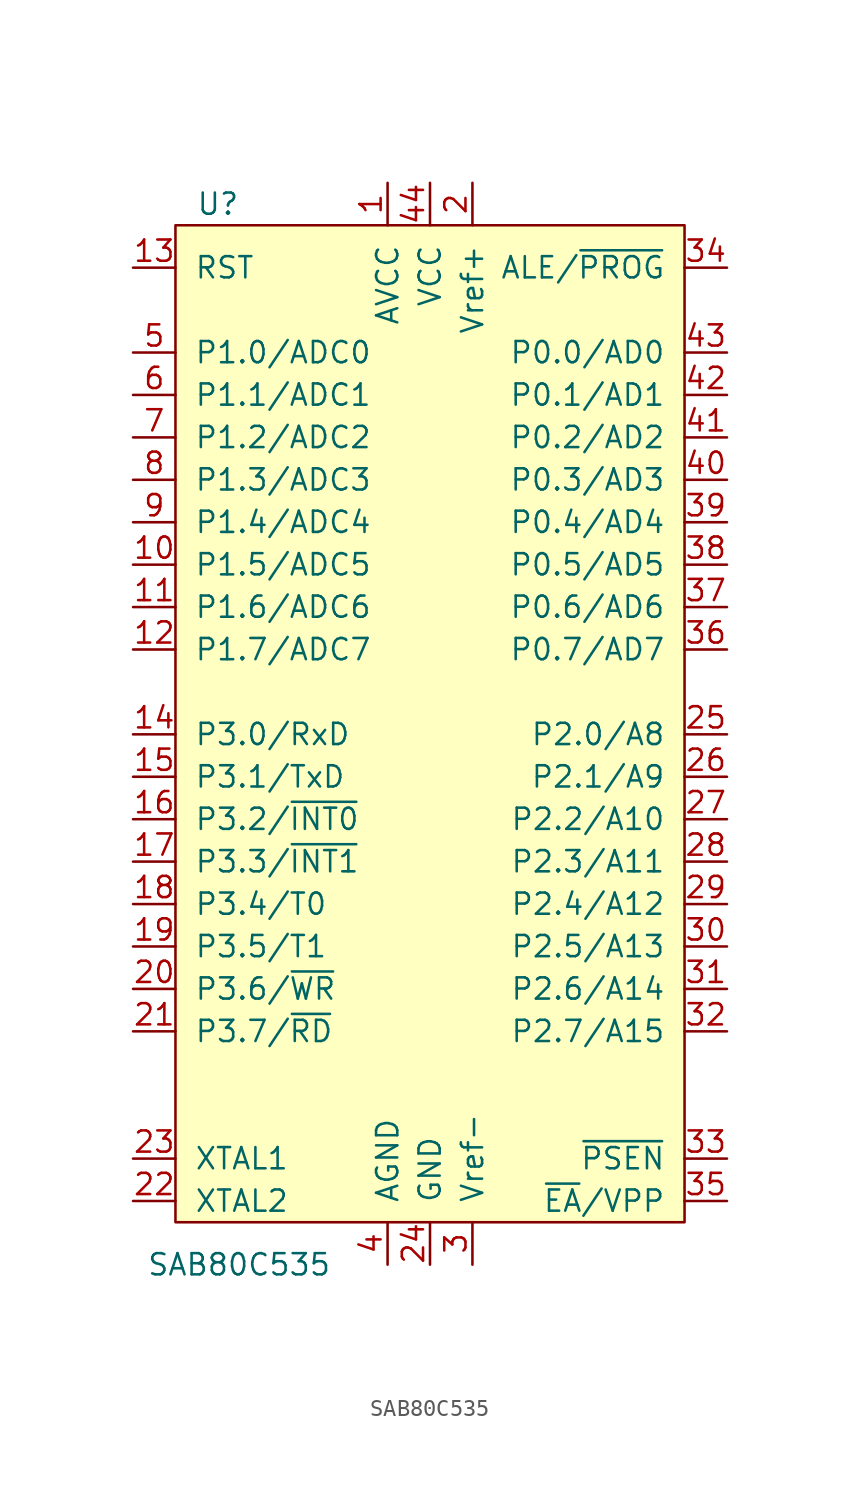
<source format=kicad_sym>
(kicad_symbol_lib
  (version 20211014)
  (generator kicad_symbol_editor)
  (symbol "SAB80C535"
    (pin_names
      (offset 1.118))
    (property "Reference" "U"
      (at -12.7 29.21 0)
      (effects (font (size 1.27 1.27))))
    (property "Value" "SAB80C535"
      (at -11.43 -34.29 0)
      (effects (font (size 1.27 1.27))))
    (symbol "SAB80C535_0_1"
      (rectangle (start -15.24 27.94) (end 15.24 -31.75) (stroke (width 0) (type default) (color 0 0 0 0)) (fill (type background))))
    (symbol "SAB80C535_1_1"
      (pin power_in line (at -2.54 30.48 270) (length 2.54) (name "AVCC" (effects (font (size 1.27 1.27)))) (number "1" (effects (font (size 1.27 1.27)))))
      (pin input line (at -17.78 7.62 0) (length 2.54) (name "P1.5/ADC5" (effects (font (size 1.27 1.27)))) (number "10" (effects (font (size 1.27 1.27)))))
      (pin input line (at -17.78 5.08 0) (length 2.54) (name "P1.6/ADC6" (effects (font (size 1.27 1.27)))) (number "11" (effects (font (size 1.27 1.27)))))
      (pin input line (at -17.78 2.54 0) (length 2.54) (name "P1.7/ADC7" (effects (font (size 1.27 1.27)))) (number "12" (effects (font (size 1.27 1.27)))))
      (pin input line (at -17.78 25.4 0) (length 2.54) (name "RST" (effects (font (size 1.27 1.27)))) (number "13" (effects (font (size 1.27 1.27)))))
      (pin bidirectional line (at -17.78 -2.54 0) (length 2.54) (name "P3.0/RxD" (effects (font (size 1.27 1.27)))) (number "14" (effects (font (size 1.27 1.27)))))
      (pin bidirectional line (at -17.78 -5.08 0) (length 2.54) (name "P3.1/TxD" (effects (font (size 1.27 1.27)))) (number "15" (effects (font (size 1.27 1.27)))))
      (pin bidirectional line (at -17.78 -7.62 0) (length 2.54) (name "P3.2/~{INT0}" (effects (font (size 1.27 1.27)))) (number "16" (effects (font (size 1.27 1.27)))))
      (pin bidirectional line (at -17.78 -10.16 0) (length 2.54) (name "P3.3/~{INT1}" (effects (font (size 1.27 1.27)))) (number "17" (effects (font (size 1.27 1.27)))))
      (pin bidirectional line (at -17.78 -12.7 0) (length 2.54) (name "P3.4/T0" (effects (font (size 1.27 1.27)))) (number "18" (effects (font (size 1.27 1.27)))))
      (pin bidirectional line (at -17.78 -15.24 0) (length 2.54) (name "P3.5/T1" (effects (font (size 1.27 1.27)))) (number "19" (effects (font (size 1.27 1.27)))))
      (pin power_in line (at 2.54 30.48 270) (length 2.54) (name "Vref+" (effects (font (size 1.27 1.27)))) (number "2" (effects (font (size 1.27 1.27)))))
      (pin bidirectional line (at -17.78 -17.78 0) (length 2.54) (name "P3.6/~{WR}" (effects (font (size 1.27 1.27)))) (number "20" (effects (font (size 1.27 1.27)))))
      (pin bidirectional line (at -17.78 -20.32 0) (length 2.54) (name "P3.7/~{RD}" (effects (font (size 1.27 1.27)))) (number "21" (effects (font (size 1.27 1.27)))))
      (pin input line (at -17.78 -30.48 0) (length 2.54) (name "XTAL2" (effects (font (size 1.27 1.27)))) (number "22" (effects (font (size 1.27 1.27)))))
      (pin input line (at -17.78 -27.94 0) (length 2.54) (name "XTAL1" (effects (font (size 1.27 1.27)))) (number "23" (effects (font (size 1.27 1.27)))))
      (pin power_in line (at 0 -34.29 90) (length 2.54) (name "GND" (effects (font (size 1.27 1.27)))) (number "24" (effects (font (size 1.27 1.27)))))
      (pin bidirectional line (at 17.78 -2.54 180) (length 2.54) (name "P2.0/A8" (effects (font (size 1.27 1.27)))) (number "25" (effects (font (size 1.27 1.27)))))
      (pin bidirectional line (at 17.78 -5.08 180) (length 2.54) (name "P2.1/A9" (effects (font (size 1.27 1.27)))) (number "26" (effects (font (size 1.27 1.27)))))
      (pin bidirectional line (at 17.78 -7.62 180) (length 2.54) (name "P2.2/A10" (effects (font (size 1.27 1.27)))) (number "27" (effects (font (size 1.27 1.27)))))
      (pin bidirectional line (at 17.78 -10.16 180) (length 2.54) (name "P2.3/A11" (effects (font (size 1.27 1.27)))) (number "28" (effects (font (size 1.27 1.27)))))
      (pin bidirectional line (at 17.78 -12.7 180) (length 2.54) (name "P2.4/A12" (effects (font (size 1.27 1.27)))) (number "29" (effects (font (size 1.27 1.27)))))
      (pin power_in line (at 2.54 -34.29 90) (length 2.54) (name "Vref-" (effects (font (size 1.27 1.27)))) (number "3" (effects (font (size 1.27 1.27)))))
      (pin bidirectional line (at 17.78 -15.24 180) (length 2.54) (name "P2.5/A13" (effects (font (size 1.27 1.27)))) (number "30" (effects (font (size 1.27 1.27)))))
      (pin bidirectional line (at 17.78 -17.78 180) (length 2.54) (name "P2.6/A14" (effects (font (size 1.27 1.27)))) (number "31" (effects (font (size 1.27 1.27)))))
      (pin bidirectional line (at 17.78 -20.32 180) (length 2.54) (name "P2.7/A15" (effects (font (size 1.27 1.27)))) (number "32" (effects (font (size 1.27 1.27)))))
      (pin output line (at 17.78 -27.94 180) (length 2.54) (name "~{PSEN}" (effects (font (size 1.27 1.27)))) (number "33" (effects (font (size 1.27 1.27)))))
      (pin bidirectional line (at 17.78 25.4 180) (length 2.54) (name "ALE/~{PROG}" (effects (font (size 1.27 1.27)))) (number "34" (effects (font (size 1.27 1.27)))))
      (pin input line (at 17.78 -30.48 180) (length 2.54) (name "~{EA}/VPP" (effects (font (size 1.27 1.27)))) (number "35" (effects (font (size 1.27 1.27)))))
      (pin bidirectional line (at 17.78 2.54 180) (length 2.54) (name "P0.7/AD7" (effects (font (size 1.27 1.27)))) (number "36" (effects (font (size 1.27 1.27)))))
      (pin bidirectional line (at 17.78 5.08 180) (length 2.54) (name "P0.6/AD6" (effects (font (size 1.27 1.27)))) (number "37" (effects (font (size 1.27 1.27)))))
      (pin bidirectional line (at 17.78 7.62 180) (length 2.54) (name "P0.5/AD5" (effects (font (size 1.27 1.27)))) (number "38" (effects (font (size 1.27 1.27)))))
      (pin bidirectional line (at 17.78 10.16 180) (length 2.54) (name "P0.4/AD4" (effects (font (size 1.27 1.27)))) (number "39" (effects (font (size 1.27 1.27)))))
      (pin power_in line (at -2.54 -34.29 90) (length 2.54) (name "AGND" (effects (font (size 1.27 1.27)))) (number "4" (effects (font (size 1.27 1.27)))))
      (pin bidirectional line (at 17.78 12.7 180) (length 2.54) (name "P0.3/AD3" (effects (font (size 1.27 1.27)))) (number "40" (effects (font (size 1.27 1.27)))))
      (pin bidirectional line (at 17.78 15.24 180) (length 2.54) (name "P0.2/AD2" (effects (font (size 1.27 1.27)))) (number "41" (effects (font (size 1.27 1.27)))))
      (pin bidirectional line (at 17.78 17.78 180) (length 2.54) (name "P0.1/AD1" (effects (font (size 1.27 1.27)))) (number "42" (effects (font (size 1.27 1.27)))))
      (pin bidirectional line (at 17.78 20.32 180) (length 2.54) (name "P0.0/AD0" (effects (font (size 1.27 1.27)))) (number "43" (effects (font (size 1.27 1.27)))))
      (pin power_in line (at 0 30.48 270) (length 2.54) (name "VCC" (effects (font (size 1.27 1.27)))) (number "44" (effects (font (size 1.27 1.27)))))
      (pin input line (at -17.78 20.32 0) (length 2.54) (name "P1.0/ADC0" (effects (font (size 1.27 1.27)))) (number "5" (effects (font (size 1.27 1.27)))))
      (pin input line (at -17.78 17.78 0) (length 2.54) (name "P1.1/ADC1" (effects (font (size 1.27 1.27)))) (number "6" (effects (font (size 1.27 1.27)))))
      (pin input line (at -17.78 15.24 0) (length 2.54) (name "P1.2/ADC2" (effects (font (size 1.27 1.27)))) (number "7" (effects (font (size 1.27 1.27)))))
      (pin input line (at -17.78 12.7 0) (length 2.54) (name "P1.3/ADC3" (effects (font (size 1.27 1.27)))) (number "8" (effects (font (size 1.27 1.27)))))
      (pin input line (at -17.78 10.16 0) (length 2.54) (name "P1.4/ADC4" (effects (font (size 1.27 1.27)))) (number "9" (effects (font (size 1.27 1.27))))))))
</source>
